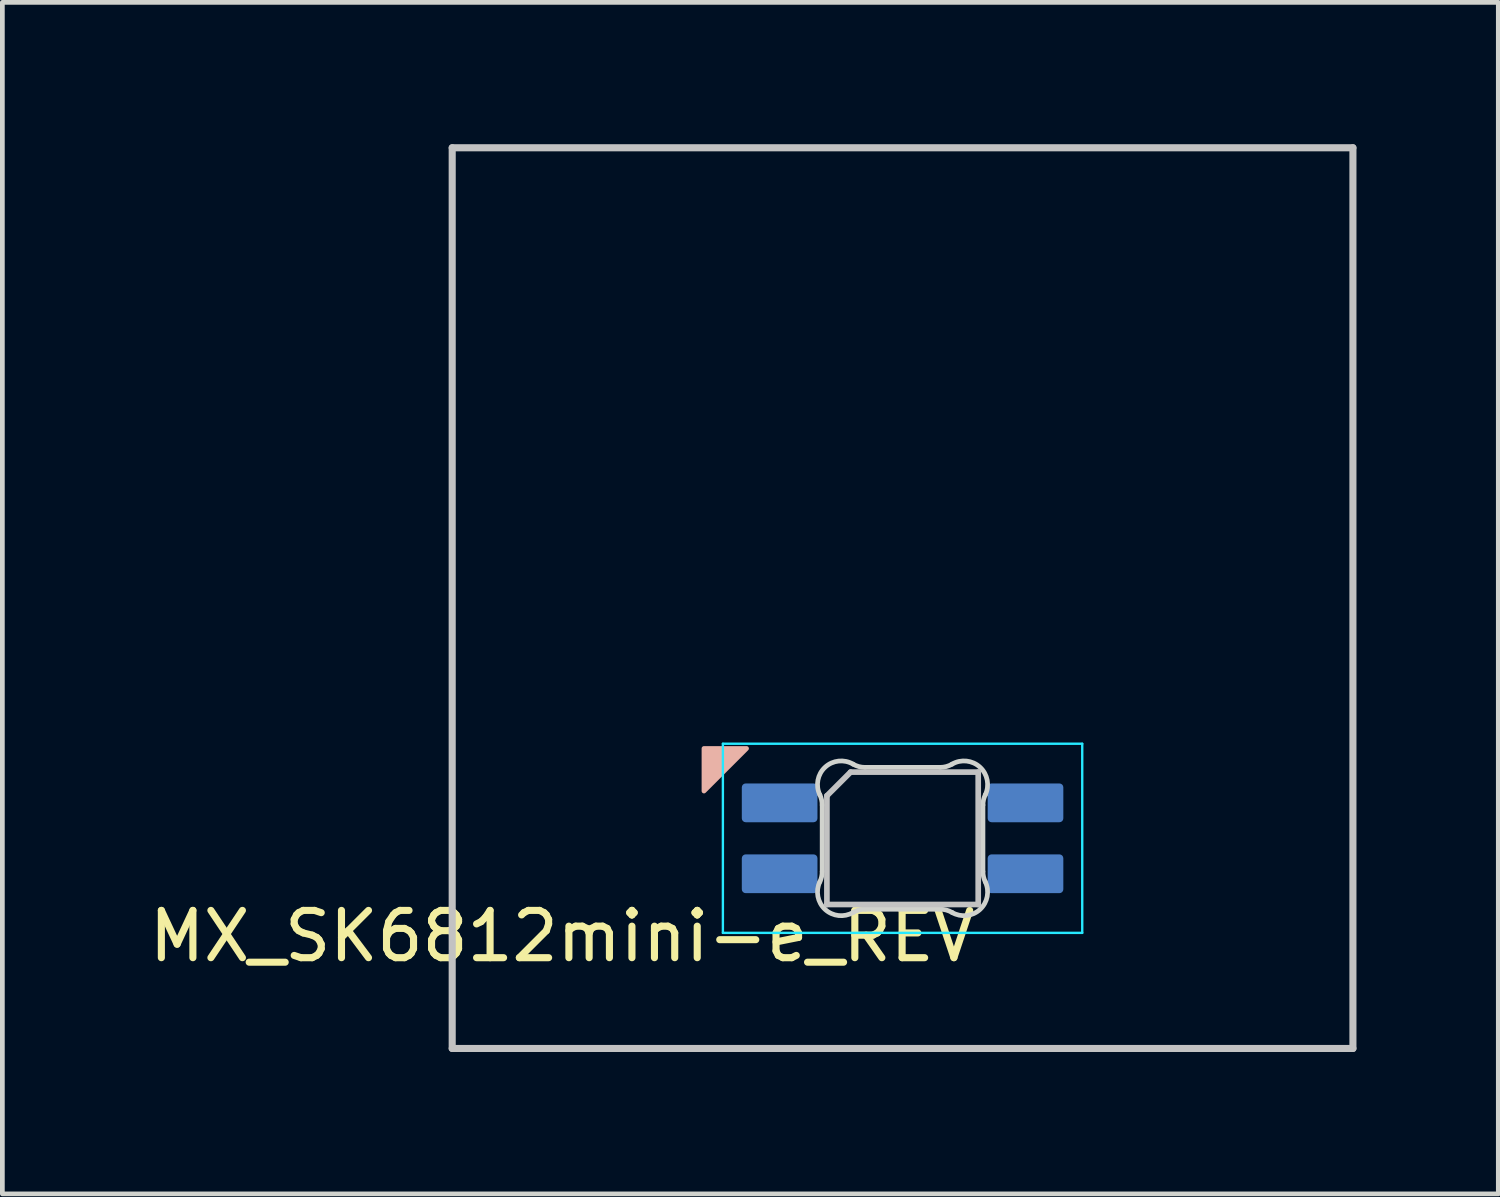
<source format=kicad_pcb>
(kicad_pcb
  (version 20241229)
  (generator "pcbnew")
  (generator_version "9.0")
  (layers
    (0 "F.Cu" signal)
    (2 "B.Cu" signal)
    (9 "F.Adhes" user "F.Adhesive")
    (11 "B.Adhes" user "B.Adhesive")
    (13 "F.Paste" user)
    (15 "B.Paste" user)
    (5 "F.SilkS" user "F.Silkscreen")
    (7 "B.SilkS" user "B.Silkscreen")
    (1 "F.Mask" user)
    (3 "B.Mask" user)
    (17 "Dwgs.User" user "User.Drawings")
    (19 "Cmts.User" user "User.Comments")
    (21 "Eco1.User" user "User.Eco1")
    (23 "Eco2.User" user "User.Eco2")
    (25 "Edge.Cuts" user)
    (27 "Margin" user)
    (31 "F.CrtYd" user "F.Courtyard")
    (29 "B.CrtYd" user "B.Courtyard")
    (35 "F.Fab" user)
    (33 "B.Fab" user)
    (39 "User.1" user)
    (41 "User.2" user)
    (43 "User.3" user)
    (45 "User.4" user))
  (footprint "MX_SK6812mini-e_REV"
    (layer "F.Cu")
    (at 16.039 9.6)
    (property "Reference" "MX_SK6812mini-e_REV" (at -7.2 7.15 0) (layer "F.SilkS") (effects (font (size 1 1) (thickness 0.15))))
    (attr through_hole)
    (fp_poly (pts (xy -4.2 4.08) (xy -3.3 3.18) (xy -4.2 3.18)) (stroke (width 0.1) (type solid)) (fill yes) (layer "B.SilkS"))
    (fp_line (start -9.525 -9.525) (end 9.525 -9.525) (stroke (width 0.15) (type solid)) (layer "Dwgs.User"))
    (fp_line (start -9.525 9.525) (end -9.525 -9.525) (stroke (width 0.15) (type solid)) (layer "Dwgs.User"))
    (fp_line (start -1.6 4.18) (end -1.6 6.48) (stroke (width 0.12) (type solid)) (layer "Dwgs.User"))
    (fp_line (start -1.6 4.18) (end -1.1 3.68) (stroke (width 0.12) (type solid)) (layer "Dwgs.User"))
    (fp_line (start -1.6 6.48) (end 1.6 6.48) (stroke (width 0.12) (type solid)) (layer "Dwgs.User"))
    (fp_line (start 1.6 3.68) (end -1.1 3.68) (stroke (width 0.12) (type solid)) (layer "Dwgs.User"))
    (fp_line (start 1.6 6.48) (end 1.6 3.68) (stroke (width 0.12) (type solid)) (layer "Dwgs.User"))
    (fp_line (start 9.525 -9.525) (end 9.525 9.525) (stroke (width 0.15) (type solid)) (layer "Dwgs.User"))
    (fp_line (start 9.525 9.525) (end -9.525 9.525) (stroke (width 0.15) (type solid)) (layer "Dwgs.User"))
    (fp_line (start -1.7 5.783) (end -1.7 4.377) (stroke (width 0.1) (type solid)) (layer "Edge.Cuts"))
    (fp_line (start -0.794 3.58) (end 0.794 3.58) (stroke (width 0.1) (type solid)) (layer "Edge.Cuts"))
    (fp_line (start 0.794 6.58) (end -0.794 6.58) (stroke (width 0.1) (type solid)) (layer "Edge.Cuts"))
    (fp_line (start 1.7 4.377) (end 1.7 5.783) (stroke (width 0.1) (type solid)) (layer "Edge.Cuts"))
    (fp_arc (start -1.749484 4.16028) (mid -1.712527 4.265932) (end -1.699999 4.377158) (stroke (width 0.1) (type solid)) (layer "Edge.Cuts"))
    (fp_arc (start -1.749484 4.160281) (mid -1.638072 3.575965) (end -1.046711 3.511701) (stroke (width 0.1) (type solid)) (layer "Edge.Cuts"))
    (fp_arc (start -1.699999 5.782843) (mid -1.712527 5.894068) (end -1.749484 5.99972) (stroke (width 0.1) (type solid)) (layer "Edge.Cuts"))
    (fp_arc (start -1.046711 6.648298) (mid -1.638071 6.584034) (end -1.749484 5.99972) (stroke (width 0.1) (type solid)) (layer "Edge.Cuts"))
    (fp_arc (start -1.046711 6.648298) (mid -0.925123 6.597376) (end -0.794453 6.579999) (stroke (width 0.1) (type solid)) (layer "Edge.Cuts"))
    (fp_arc (start -0.794452 3.58) (mid -0.925123 3.562623) (end -1.046711 3.511701) (stroke (width 0.1) (type solid)) (layer "Edge.Cuts"))
    (fp_arc (start 0.794453 6.58) (mid 0.925123 6.597377) (end 1.046711 6.648299) (stroke (width 0.1) (type solid)) (layer "Edge.Cuts"))
    (fp_arc (start 1.04671 3.511701) (mid 0.925122 3.562623) (end 0.794452 3.58) (stroke (width 0.1) (type solid)) (layer "Edge.Cuts"))
    (fp_arc (start 1.046711 3.511703) (mid 1.63807 3.575966) (end 1.749484 4.16028) (stroke (width 0.1) (type solid)) (layer "Edge.Cuts"))
    (fp_arc (start 1.699999 4.377157) (mid 1.712527 4.265932) (end 1.749484 4.16028) (stroke (width 0.1) (type solid)) (layer "Edge.Cuts"))
    (fp_arc (start 1.749484 5.99972) (mid 1.638071 6.584035) (end 1.046711 6.648299) (stroke (width 0.1) (type solid)) (layer "Edge.Cuts"))
    (fp_arc (start 1.749484 5.99972) (mid 1.712527 5.894068) (end 1.699999 5.782842) (stroke (width 0.1) (type solid)) (layer "Edge.Cuts"))
    (fp_line (start -3.8 3.08) (end -3.8 7.08) (stroke (width 0.05) (type solid)) (layer "B.CrtYd"))
    (fp_line (start -3.8 7.08) (end 3.8 7.08) (stroke (width 0.05) (type solid)) (layer "B.CrtYd"))
    (fp_line (start 3.8 3.08) (end -3.8 3.08) (stroke (width 0.05) (type solid)) (layer "B.CrtYd"))
    (fp_line (start 3.8 7.08) (end 3.8 3.08) (stroke (width 0.05) (type solid)) (layer "B.CrtYd"))
    (pad "1" smd roundrect (at 2.6 5.83 90) (size 0.82 1.6) (layers "B.Cu" "B.Mask" "B.Paste") (roundrect_rratio 0.1))
    (pad "2" smd roundrect (at 2.6 4.33 90) (size 0.82 1.6) (layers "B.Cu" "B.Mask" "B.Paste") (roundrect_rratio 0.1))
    (pad "3" smd roundrect (at -2.6 4.33 90) (size 0.82 1.6) (layers "B.Cu" "B.Mask" "B.Paste") (roundrect_rratio 0.1))
    (pad "4" smd roundrect (at -2.6 5.83 90) (size 0.82 1.6) (layers "B.Cu" "B.Mask" "B.Paste") (roundrect_rratio 0.1)))
  (gr_rect
    (start -3 -3)
    (end 28.639 22.2)
    (stroke (width 0.1) (type default))
    (fill no)
    (layer "Edge.Cuts")))
</source>
